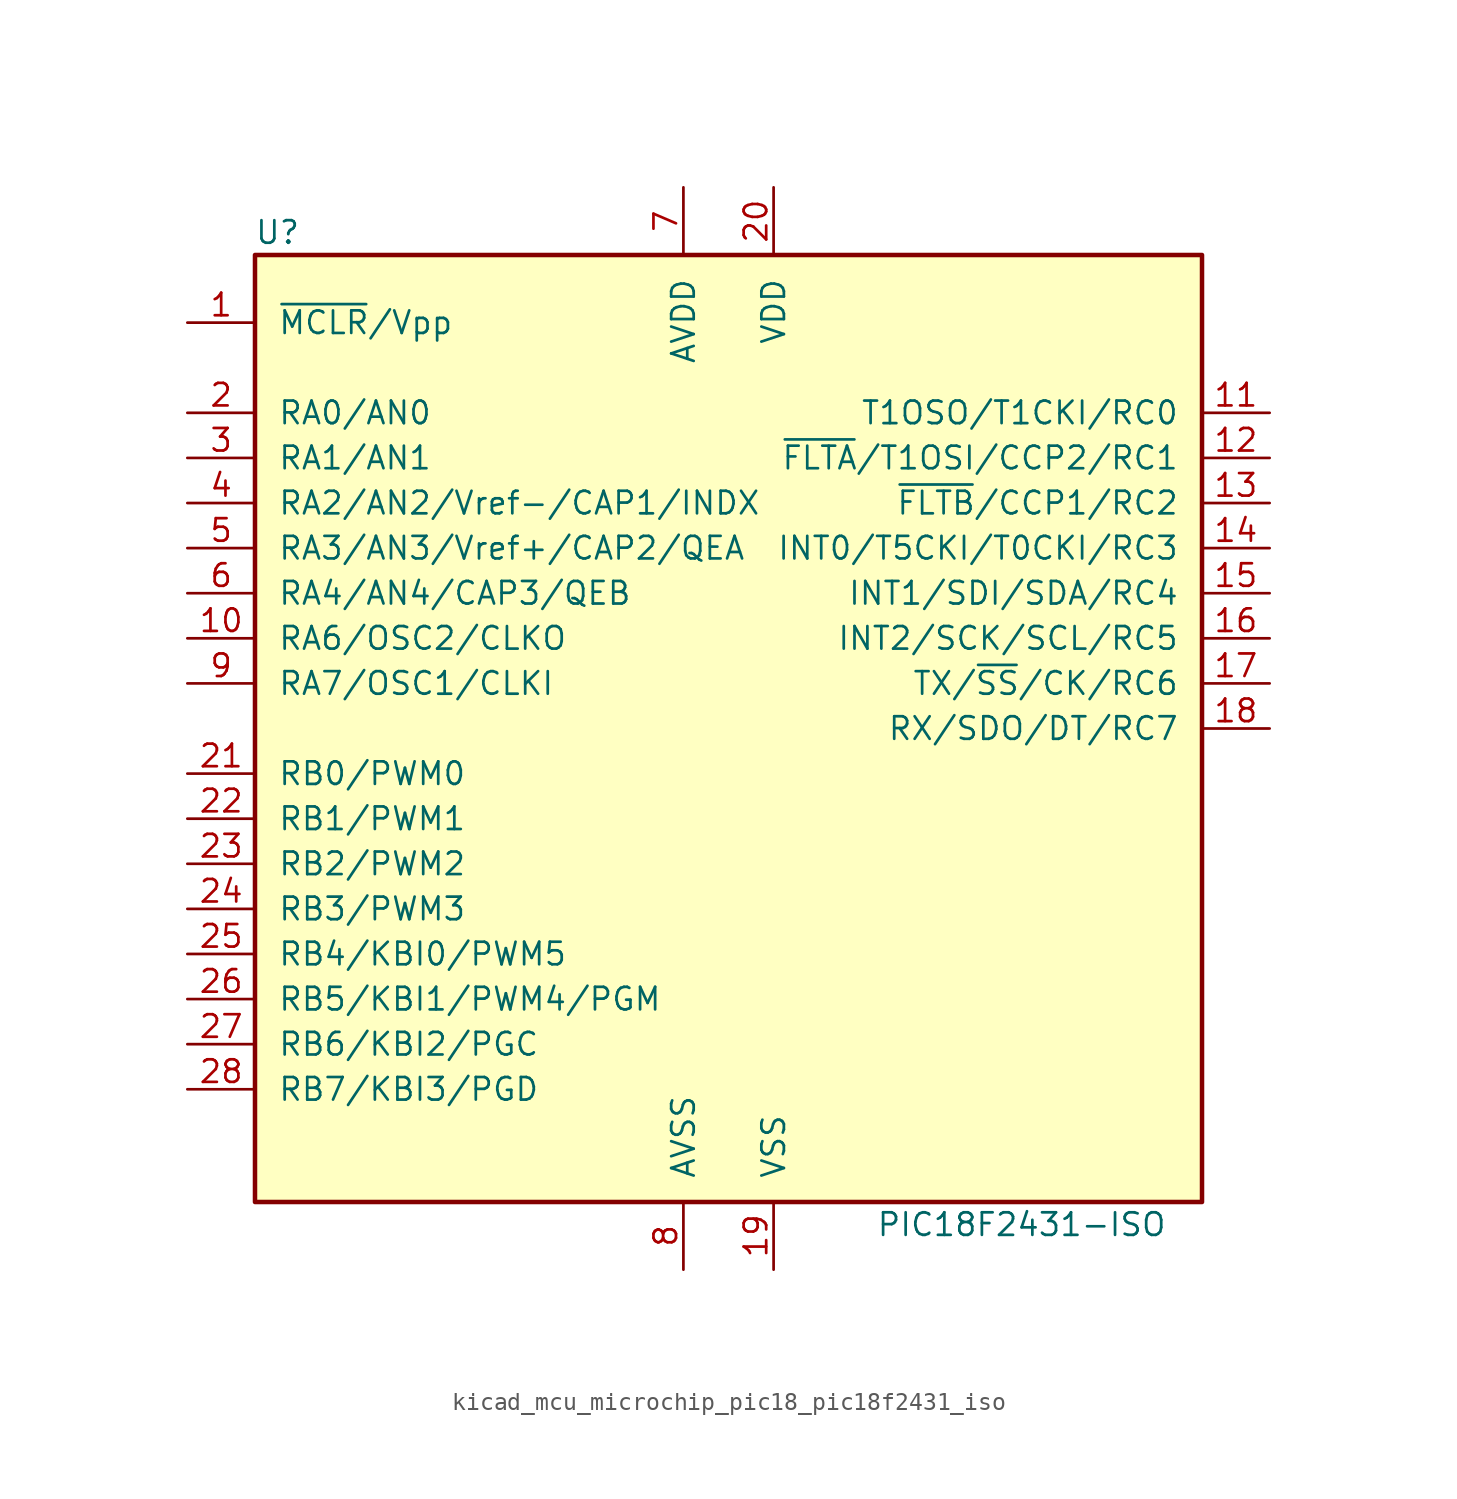
<source format=kicad_sym>
(kicad_symbol_lib
  (version 20220914)
  (generator kicad_symbol_editor)
  (symbol "kicad_mcu_microchip_pic18_pic18f2431_iso"
    (pin_names
      (offset 1.27))
    (property "Reference" "U"
      (at -25.4 27.94 0)
      (effects (font (size 1.27 1.27))))
    (property "Value" "PIC18F2431-ISO"
      (at 16.51 -27.94 0)
      (effects (font (size 1.27 1.27))))
    (symbol "kicad_mcu_microchip_pic18_pic18f2431_iso_0_1"
      (rectangle (start -26.67 26.67) (end 26.67 -26.67) (stroke (width 0.254) (type default)) (fill (type background))))
    (symbol "kicad_mcu_microchip_pic18_pic18f2431_iso_1_1"
      (pin input line (at -30.48 22.86 0) (length 3.81) (name "~{MCLR}/Vpp" (effects (font (size 1.27 1.27)))) (number "1" (effects (font (size 1.27 1.27)))))
      (pin bidirectional line (at -30.48 5.08 0) (length 3.81) (name "RA6/OSC2/CLKO" (effects (font (size 1.27 1.27)))) (number "10" (effects (font (size 1.27 1.27)))))
      (pin bidirectional line (at 30.48 17.78 180) (length 3.81) (name "T1OSO/T1CKI/RC0" (effects (font (size 1.27 1.27)))) (number "11" (effects (font (size 1.27 1.27)))))
      (pin bidirectional line (at 30.48 15.24 180) (length 3.81) (name "~{FLTA}/T1OSI/CCP2/RC1" (effects (font (size 1.27 1.27)))) (number "12" (effects (font (size 1.27 1.27)))))
      (pin bidirectional line (at 30.48 12.7 180) (length 3.81) (name "~{FLTB}/CCP1/RC2" (effects (font (size 1.27 1.27)))) (number "13" (effects (font (size 1.27 1.27)))))
      (pin bidirectional line (at 30.48 10.16 180) (length 3.81) (name "INT0/T5CKI/T0CKI/RC3" (effects (font (size 1.27 1.27)))) (number "14" (effects (font (size 1.27 1.27)))))
      (pin bidirectional line (at 30.48 7.62 180) (length 3.81) (name "INT1/SDI/SDA/RC4" (effects (font (size 1.27 1.27)))) (number "15" (effects (font (size 1.27 1.27)))))
      (pin bidirectional line (at 30.48 5.08 180) (length 3.81) (name "INT2/SCK/SCL/RC5" (effects (font (size 1.27 1.27)))) (number "16" (effects (font (size 1.27 1.27)))))
      (pin bidirectional line (at 30.48 2.54 180) (length 3.81) (name "TX/~{SS}/CK/RC6" (effects (font (size 1.27 1.27)))) (number "17" (effects (font (size 1.27 1.27)))))
      (pin bidirectional line (at 30.48 0 180) (length 3.81) (name "RX/SDO/DT/RC7" (effects (font (size 1.27 1.27)))) (number "18" (effects (font (size 1.27 1.27)))))
      (pin power_in line (at 2.54 -30.48 90) (length 3.81) (name "VSS" (effects (font (size 1.27 1.27)))) (number "19" (effects (font (size 1.27 1.27)))))
      (pin bidirectional line (at -30.48 17.78 0) (length 3.81) (name "RA0/AN0" (effects (font (size 1.27 1.27)))) (number "2" (effects (font (size 1.27 1.27)))))
      (pin power_in line (at 2.54 30.48 270) (length 3.81) (name "VDD" (effects (font (size 1.27 1.27)))) (number "20" (effects (font (size 1.27 1.27)))))
      (pin bidirectional line (at -30.48 -2.54 0) (length 3.81) (name "RB0/PWM0" (effects (font (size 1.27 1.27)))) (number "21" (effects (font (size 1.27 1.27)))))
      (pin bidirectional line (at -30.48 -5.08 0) (length 3.81) (name "RB1/PWM1" (effects (font (size 1.27 1.27)))) (number "22" (effects (font (size 1.27 1.27)))))
      (pin bidirectional line (at -30.48 -7.62 0) (length 3.81) (name "RB2/PWM2" (effects (font (size 1.27 1.27)))) (number "23" (effects (font (size 1.27 1.27)))))
      (pin bidirectional line (at -30.48 -10.16 0) (length 3.81) (name "RB3/PWM3" (effects (font (size 1.27 1.27)))) (number "24" (effects (font (size 1.27 1.27)))))
      (pin bidirectional line (at -30.48 -12.7 0) (length 3.81) (name "RB4/KBI0/PWM5" (effects (font (size 1.27 1.27)))) (number "25" (effects (font (size 1.27 1.27)))))
      (pin bidirectional line (at -30.48 -15.24 0) (length 3.81) (name "RB5/KBI1/PWM4/PGM" (effects (font (size 1.27 1.27)))) (number "26" (effects (font (size 1.27 1.27)))))
      (pin bidirectional line (at -30.48 -17.78 0) (length 3.81) (name "RB6/KBI2/PGC" (effects (font (size 1.27 1.27)))) (number "27" (effects (font (size 1.27 1.27)))))
      (pin bidirectional line (at -30.48 -20.32 0) (length 3.81) (name "RB7/KBI3/PGD" (effects (font (size 1.27 1.27)))) (number "28" (effects (font (size 1.27 1.27)))))
      (pin bidirectional line (at -30.48 15.24 0) (length 3.81) (name "RA1/AN1" (effects (font (size 1.27 1.27)))) (number "3" (effects (font (size 1.27 1.27)))))
      (pin bidirectional line (at -30.48 12.7 0) (length 3.81) (name "RA2/AN2/Vref-/CAP1/INDX" (effects (font (size 1.27 1.27)))) (number "4" (effects (font (size 1.27 1.27)))))
      (pin bidirectional line (at -30.48 10.16 0) (length 3.81) (name "RA3/AN3/Vref+/CAP2/QEA" (effects (font (size 1.27 1.27)))) (number "5" (effects (font (size 1.27 1.27)))))
      (pin bidirectional line (at -30.48 7.62 0) (length 3.81) (name "RA4/AN4/CAP3/QEB" (effects (font (size 1.27 1.27)))) (number "6" (effects (font (size 1.27 1.27)))))
      (pin power_in line (at -2.54 30.48 270) (length 3.81) (name "AVDD" (effects (font (size 1.27 1.27)))) (number "7" (effects (font (size 1.27 1.27)))))
      (pin power_in line (at -2.54 -30.48 90) (length 3.81) (name "AVSS" (effects (font (size 1.27 1.27)))) (number "8" (effects (font (size 1.27 1.27)))))
      (pin bidirectional line (at -30.48 2.54 0) (length 3.81) (name "RA7/OSC1/CLKI" (effects (font (size 1.27 1.27)))) (number "9" (effects (font (size 1.27 1.27))))))))
</source>
